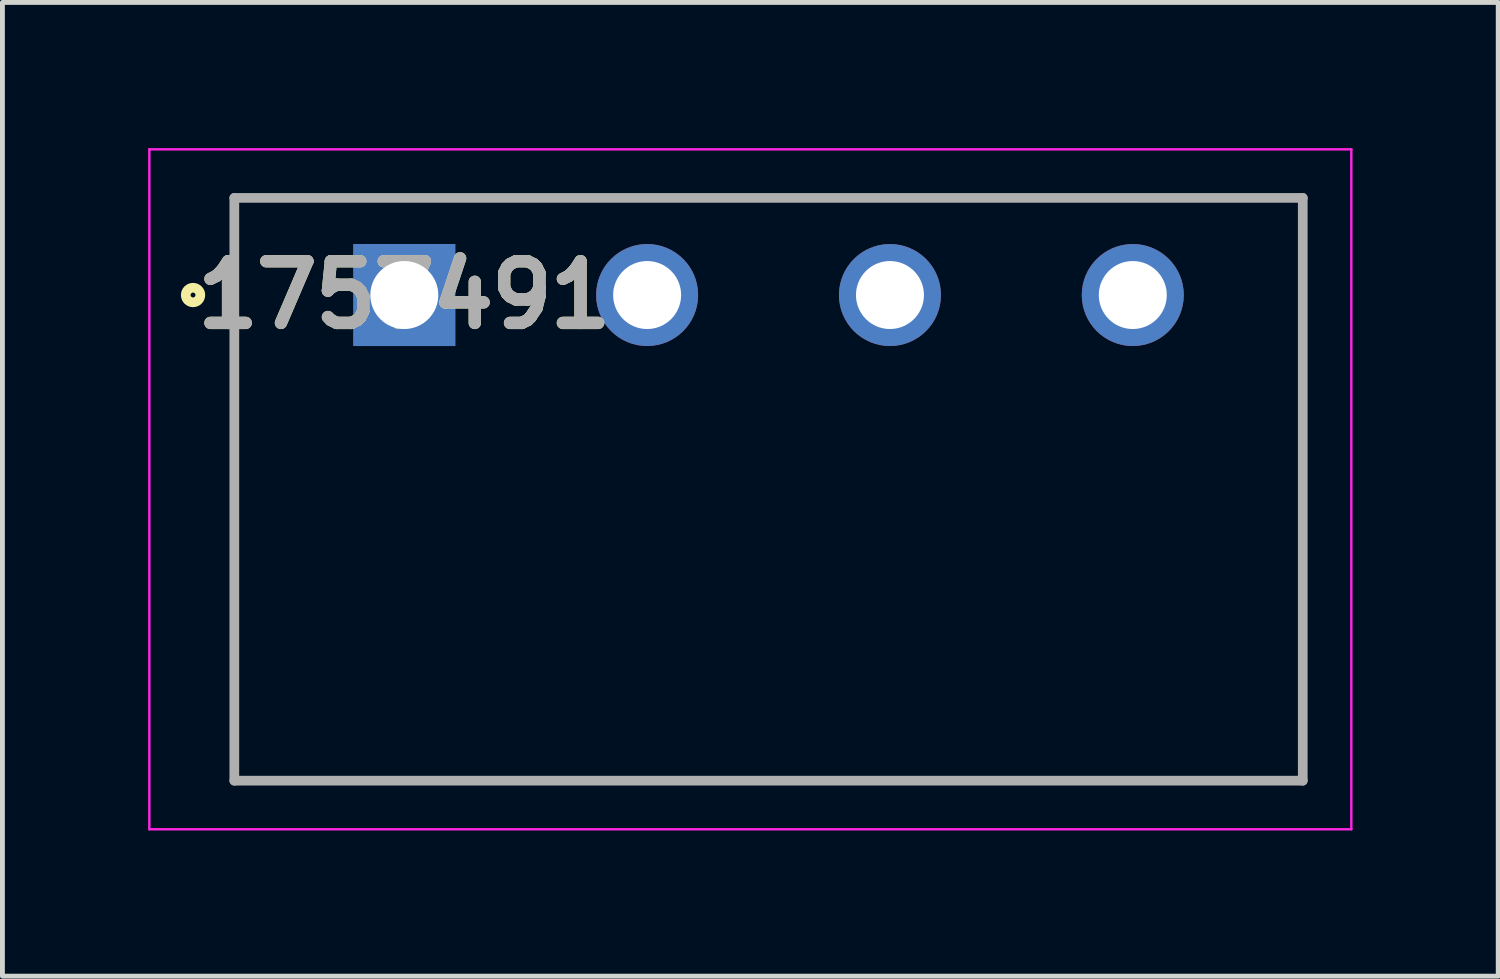
<source format=kicad_pcb>
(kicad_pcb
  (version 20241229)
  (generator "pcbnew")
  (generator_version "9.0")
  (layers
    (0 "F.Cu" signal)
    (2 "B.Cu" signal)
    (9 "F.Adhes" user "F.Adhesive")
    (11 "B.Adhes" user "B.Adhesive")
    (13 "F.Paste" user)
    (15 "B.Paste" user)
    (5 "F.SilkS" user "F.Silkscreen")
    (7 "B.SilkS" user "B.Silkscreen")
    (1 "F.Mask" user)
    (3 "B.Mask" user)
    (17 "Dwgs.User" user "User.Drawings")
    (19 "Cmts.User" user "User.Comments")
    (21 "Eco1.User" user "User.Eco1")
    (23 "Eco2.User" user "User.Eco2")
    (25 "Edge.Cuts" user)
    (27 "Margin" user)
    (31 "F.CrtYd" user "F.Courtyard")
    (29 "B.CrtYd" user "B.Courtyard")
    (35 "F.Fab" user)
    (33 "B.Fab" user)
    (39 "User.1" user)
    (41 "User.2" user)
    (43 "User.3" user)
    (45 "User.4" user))
  (footprint "1757491"
    (layer "F.Cu")
    (at 5.275 3.025)
    (property "Reference" "1757491" (at 0 0 0) (layer "F.SilkS") (effects (font (size 1.27 1.27) (thickness 0.254))))
    (attr through_hole)
    (fp_line (start -3.5 -2) (end 18.5 -2) (stroke (width 0.1) (type solid)) (layer "F.SilkS"))
    (fp_line (start -3.5 10) (end -3.5 -2) (stroke (width 0.1) (type solid)) (layer "F.SilkS"))
    (fp_line (start 18.5 -2) (end 18.5 10) (stroke (width 0.1) (type solid)) (layer "F.SilkS"))
    (fp_line (start 18.5 10) (end -3.5 10) (stroke (width 0.1) (type solid)) (layer "F.SilkS"))
    (fp_circle (center -4.35 0) (end -4.35 0.05) (stroke (width 0.2) (type solid)) (fill no) (layer "F.SilkS"))
    (fp_line (start -5.25 -3) (end 19.5 -3) (stroke (width 0.05) (type solid)) (layer "F.CrtYd"))
    (fp_line (start -5.25 11) (end -5.25 -3) (stroke (width 0.05) (type solid)) (layer "F.CrtYd"))
    (fp_line (start 19.5 -3) (end 19.5 11) (stroke (width 0.05) (type solid)) (layer "F.CrtYd"))
    (fp_line (start 19.5 11) (end -5.25 11) (stroke (width 0.05) (type solid)) (layer "F.CrtYd"))
    (fp_line (start -3.5 -2) (end 18.5 -2) (stroke (width 0.2) (type solid)) (layer "F.Fab"))
    (fp_line (start -3.5 10) (end -3.5 -2) (stroke (width 0.2) (type solid)) (layer "F.Fab"))
    (fp_line (start 18.5 -2) (end 18.5 10) (stroke (width 0.2) (type solid)) (layer "F.Fab"))
    (fp_line (start 18.5 10) (end -3.5 10) (stroke (width 0.2) (type solid)) (layer "F.Fab"))
    (fp_text user "${REFERENCE}" (at 0 0 0) (layer "F.Fab") (effects (font (size 1.27 1.27) (thickness 0.254))))
    (pad "1" thru_hole rect (at 0 0) (size 2.1 2.1) (drill 1.4) (layers "*.Cu" "*.Mask"))
    (pad "2" thru_hole circle (at 5 0) (size 2.1 2.1) (drill 1.4) (layers "*.Cu" "*.Mask"))
    (pad "3" thru_hole circle (at 10 0) (size 2.1 2.1) (drill 1.4) (layers "*.Cu" "*.Mask"))
    (pad "4" thru_hole circle (at 15 0) (size 2.1 2.1) (drill 1.4) (layers "*.Cu" "*.Mask")))
  (gr_rect
    (start -3 -3)
    (end 27.8 17.05)
    (stroke (width 0.1) (type default))
    (fill no)
    (layer "Edge.Cuts")))
</source>
